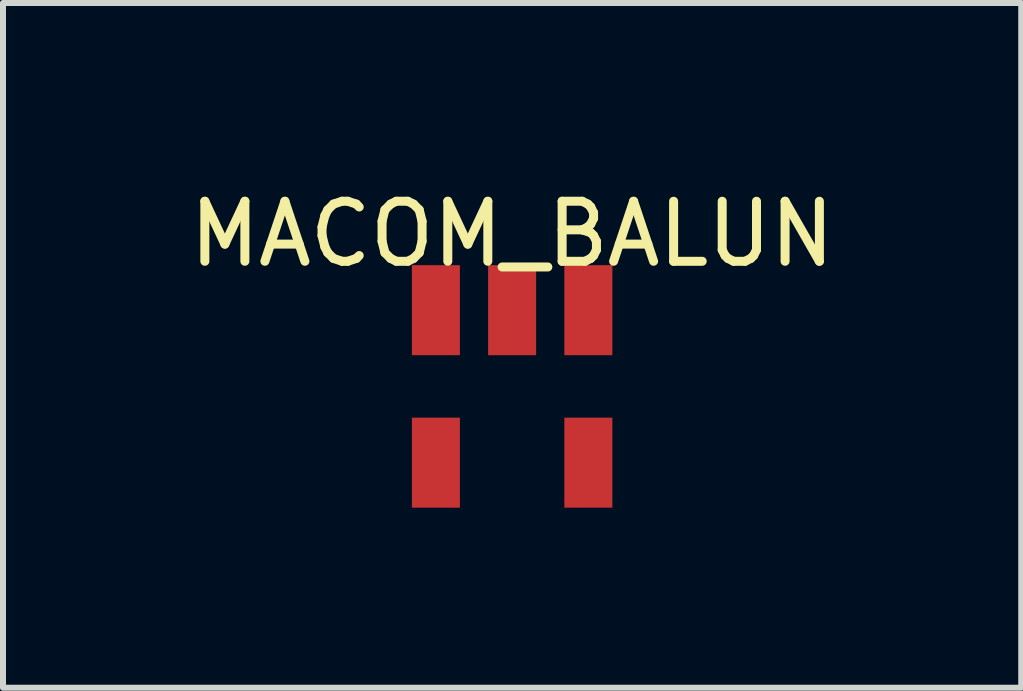
<source format=kicad_pcb>
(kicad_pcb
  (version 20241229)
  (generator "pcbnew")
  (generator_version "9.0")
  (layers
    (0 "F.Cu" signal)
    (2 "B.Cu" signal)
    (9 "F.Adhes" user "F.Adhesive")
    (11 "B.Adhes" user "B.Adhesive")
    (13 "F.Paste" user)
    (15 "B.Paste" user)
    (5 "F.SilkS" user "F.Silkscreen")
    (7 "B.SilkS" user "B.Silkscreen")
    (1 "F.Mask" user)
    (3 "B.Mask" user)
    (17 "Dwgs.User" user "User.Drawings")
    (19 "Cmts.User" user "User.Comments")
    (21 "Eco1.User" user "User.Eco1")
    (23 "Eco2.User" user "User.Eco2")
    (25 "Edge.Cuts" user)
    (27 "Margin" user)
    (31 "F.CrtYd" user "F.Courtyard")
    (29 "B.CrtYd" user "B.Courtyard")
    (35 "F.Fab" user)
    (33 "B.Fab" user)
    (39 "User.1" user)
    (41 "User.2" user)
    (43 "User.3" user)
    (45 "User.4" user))
  (footprint "MACOM_BALUN"
    (layer "F.Cu")
    (at 5.482 3.388)
    (property "Reference" "MACOM_BALUN" (at 0 -2.54 0) (layer "F.SilkS") (effects (font (size 1 1) (thickness 0.15))))
    (attr through_hole)
    (pad "1" smd rect (at -1.27 -1.27) (size 0.8 1.5) (layers "F.Cu" "F.Mask" "F.Paste"))
    (pad "2" smd rect (at 0 -1.27) (size 0.8 1.5) (layers "F.Cu" "F.Mask" "F.Paste"))
    (pad "3" smd rect (at 1.27 -1.27) (size 0.8 1.5) (layers "F.Cu" "F.Mask" "F.Paste"))
    (pad "4" smd rect (at 1.27 1.27) (size 0.8 1.5) (layers "F.Cu" "F.Mask" "F.Paste"))
    (pad "5" smd rect (at -1.27 1.27) (size 0.8 1.5) (layers "F.Cu" "F.Mask" "F.Paste")))
  (gr_rect
    (start -3 -3)
    (end 13.964 8.408)
    (stroke (width 0.1) (type default))
    (fill no)
    (layer "Edge.Cuts")))
</source>
